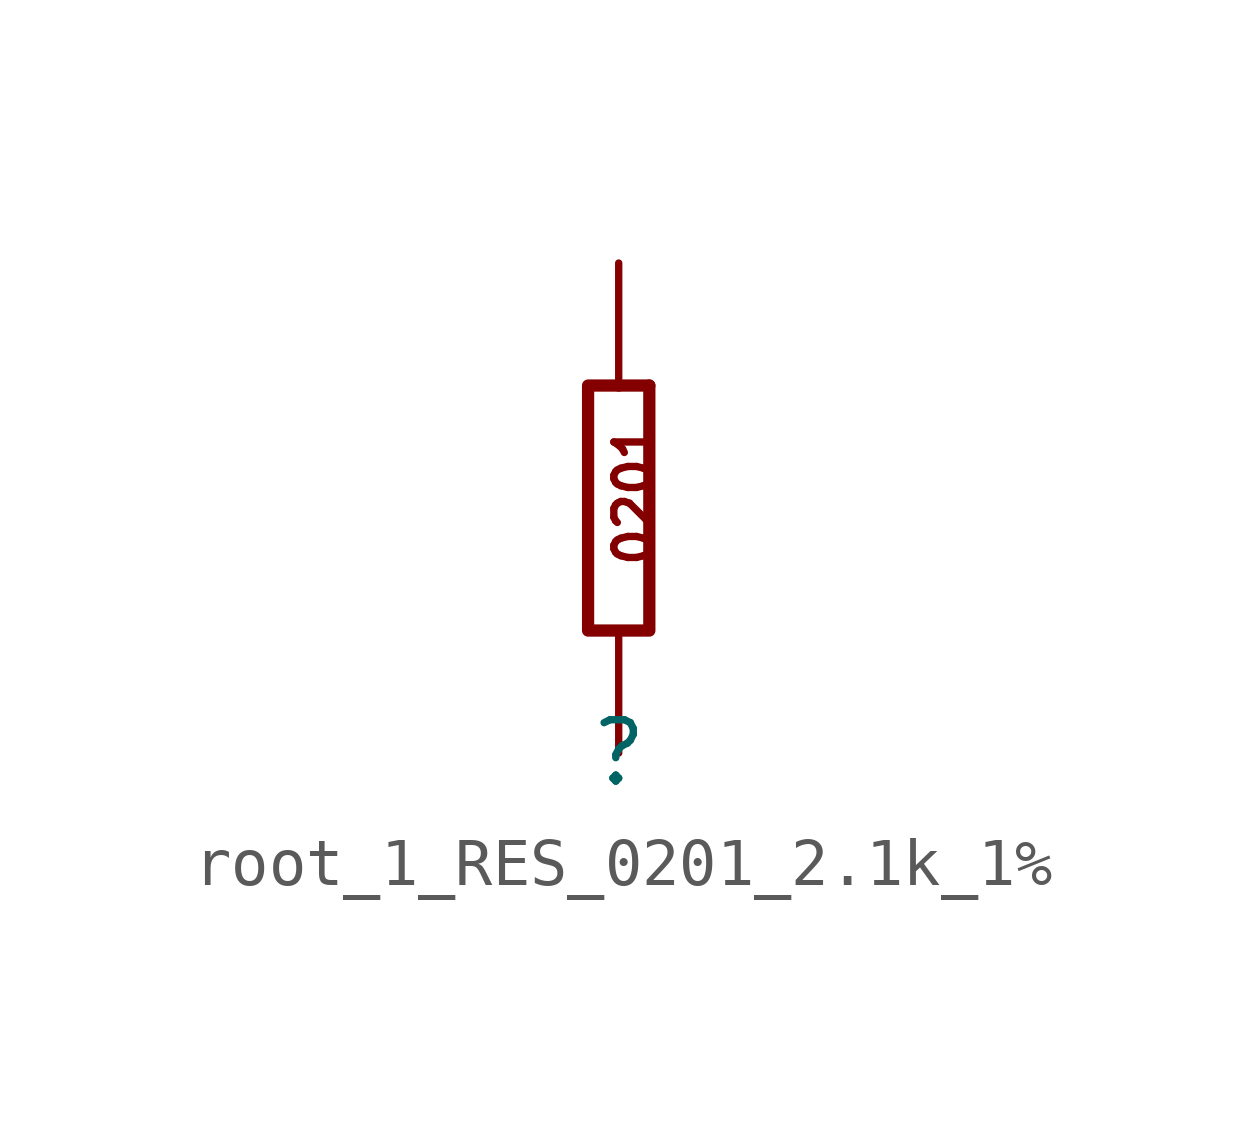
<source format=kicad_sym>
(kicad_symbol_lib
  (version 20231120)
  (generator "kicad_symbol_editor")
  (generator_version "8.0")
  (symbol "root_1_RES_0201_2.1k_1%"
    (property "Reference" ""
      (at 0 0 0)
      (effects (font (size 1.27 1.27))))
    (property "Value" ""
      (at 0 0 0)
      (effects (font (size 1.27 1.27))))
    (symbol "root_1_RES_0201_2.1k_1%_1_0"
      (polyline (pts (xy 0.635 7.62) (xy 0 7.62)) (stroke (width 0.254) (type solid)) (fill (type none)))
      (polyline (pts (xy 0 7.62) (xy -0.635 7.62) (xy -0.635 2.54) (xy 0.635 2.54) (xy 0.635 7.62)) (stroke (width 0.254) (type solid)) (fill (type none)))
      (text "0201" (at 0.762 3.81 900) (effects (font (size 0.762 0.762)) (justify left bottom)))
      (pin passive line (at 0 0 90) (length 2.54) (name "1" (effects (font (size 0 0)))) (number "1" (effects (font (size 0 0)))))
      (pin passive line (at 0 10.16 270) (length 2.54) (name "2" (effects (font (size 0 0)))) (number "2" (effects (font (size 0 0))))))))
</source>
